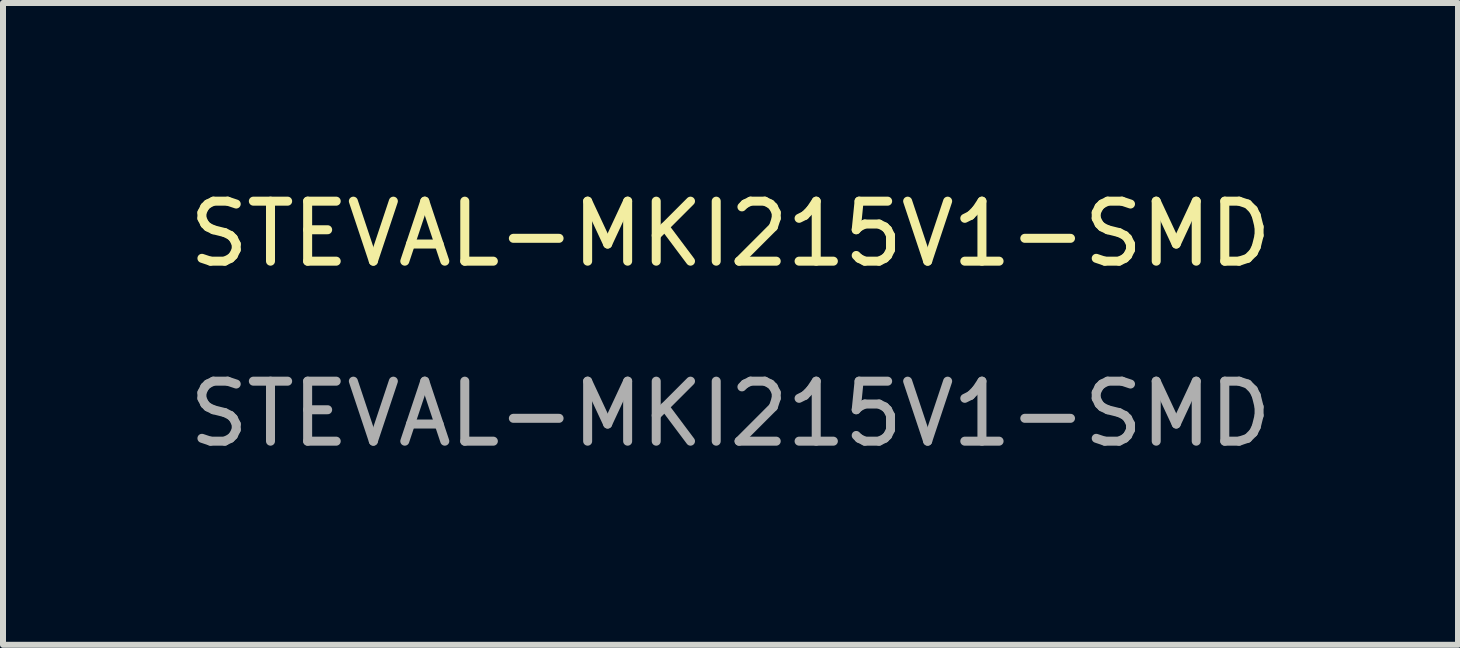
<source format=kicad_pcb>
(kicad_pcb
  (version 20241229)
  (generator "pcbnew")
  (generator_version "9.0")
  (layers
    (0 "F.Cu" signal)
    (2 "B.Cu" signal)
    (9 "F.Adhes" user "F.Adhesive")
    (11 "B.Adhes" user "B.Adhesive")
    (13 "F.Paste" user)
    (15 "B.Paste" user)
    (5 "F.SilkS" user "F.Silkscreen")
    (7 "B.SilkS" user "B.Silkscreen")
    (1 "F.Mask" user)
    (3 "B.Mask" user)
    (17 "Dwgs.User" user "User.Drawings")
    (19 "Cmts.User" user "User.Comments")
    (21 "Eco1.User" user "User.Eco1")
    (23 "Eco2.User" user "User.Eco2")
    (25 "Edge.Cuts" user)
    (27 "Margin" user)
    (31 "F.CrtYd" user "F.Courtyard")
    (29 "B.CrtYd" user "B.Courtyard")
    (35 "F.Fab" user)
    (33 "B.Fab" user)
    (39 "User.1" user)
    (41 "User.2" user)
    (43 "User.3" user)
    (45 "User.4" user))
  (footprint "STEVAL-MKI215V1-SMD"
    (layer "F.Cu")
    (at 9.125 1.348)
    (property "Reference" "STEVAL-MKI215V1-SMD" (at 0 -0.5 0) (unlocked yes) (layer "F.SilkS") (effects (font (size 1 1) (thickness 0.15))))
    (attr smd)
    (fp_text user "${REFERENCE}" (at 0 2.5 0) (unlocked yes) (layer "F.Fab") (effects (font (size 1 1) (thickness 0.15)))))
  (gr_rect
    (start -3 -3)
    (end 21.25 7.697)
    (stroke (width 0.1) (type default))
    (fill no)
    (layer "Edge.Cuts")))
</source>
